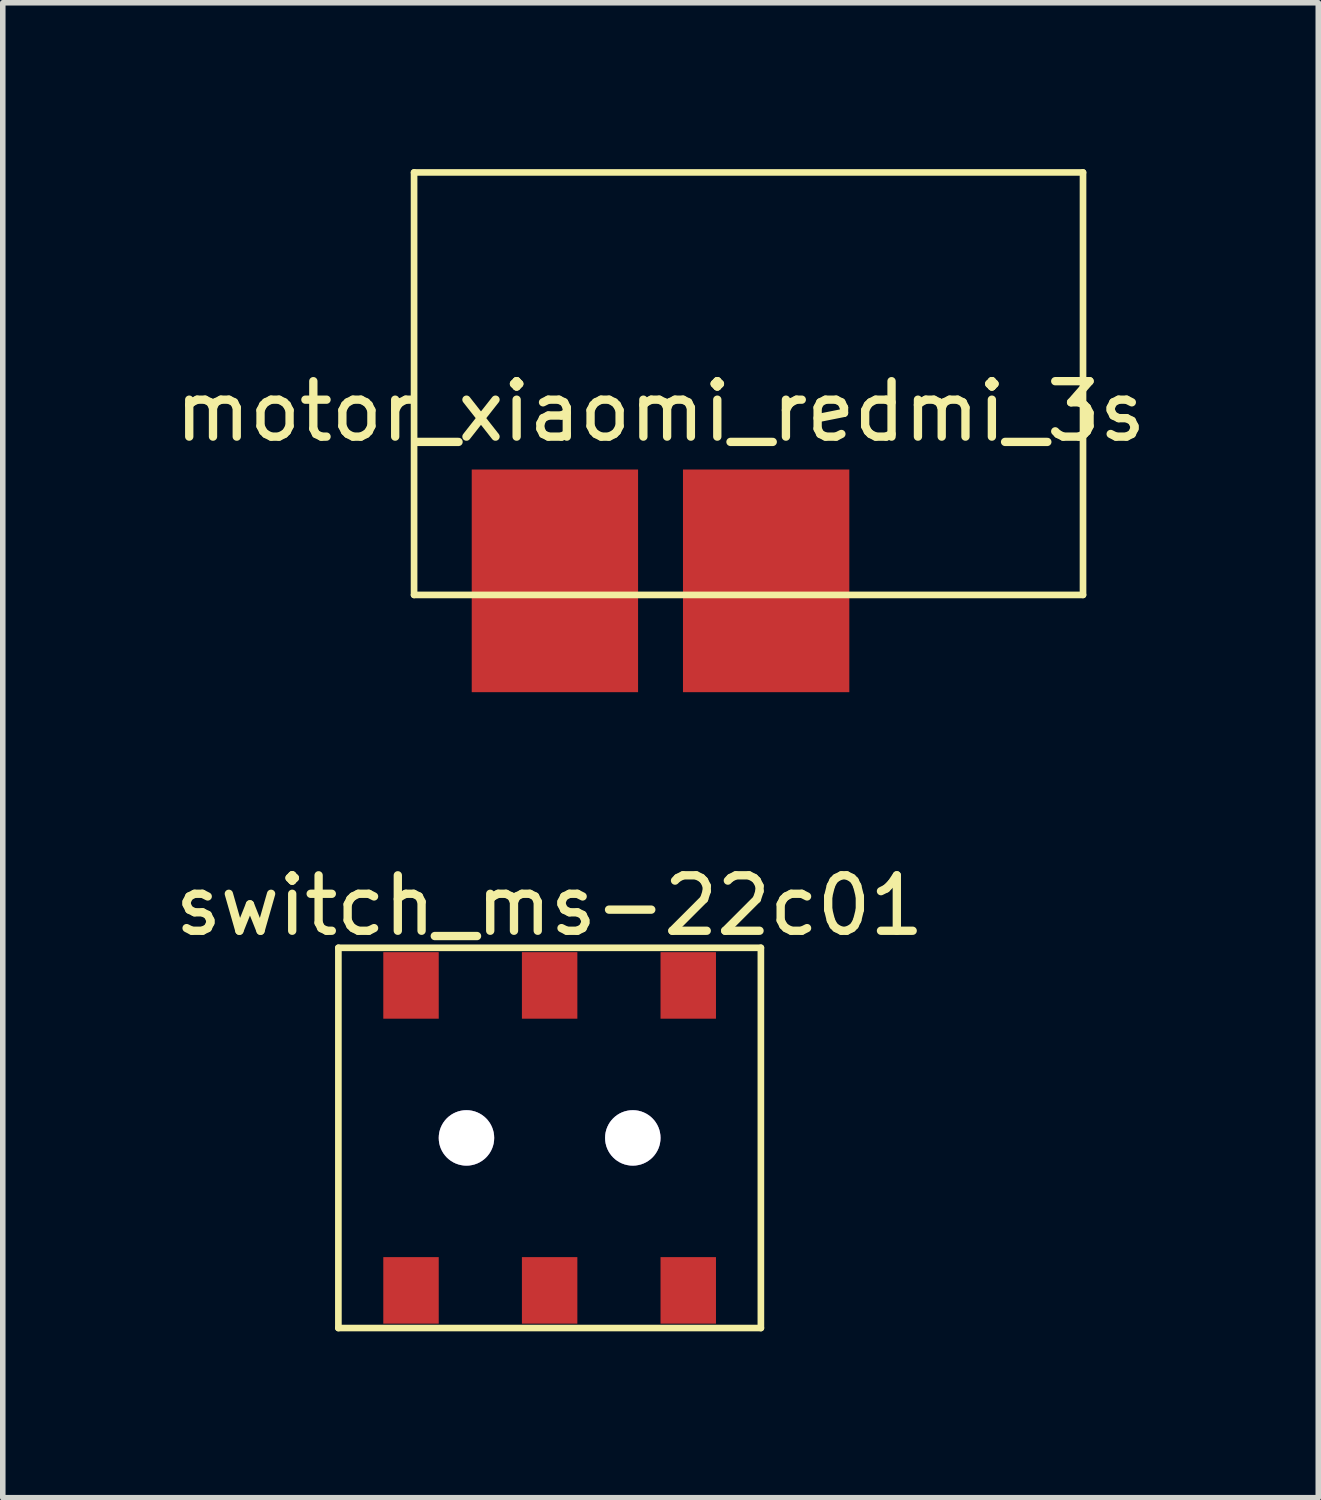
<source format=kicad_pcb>
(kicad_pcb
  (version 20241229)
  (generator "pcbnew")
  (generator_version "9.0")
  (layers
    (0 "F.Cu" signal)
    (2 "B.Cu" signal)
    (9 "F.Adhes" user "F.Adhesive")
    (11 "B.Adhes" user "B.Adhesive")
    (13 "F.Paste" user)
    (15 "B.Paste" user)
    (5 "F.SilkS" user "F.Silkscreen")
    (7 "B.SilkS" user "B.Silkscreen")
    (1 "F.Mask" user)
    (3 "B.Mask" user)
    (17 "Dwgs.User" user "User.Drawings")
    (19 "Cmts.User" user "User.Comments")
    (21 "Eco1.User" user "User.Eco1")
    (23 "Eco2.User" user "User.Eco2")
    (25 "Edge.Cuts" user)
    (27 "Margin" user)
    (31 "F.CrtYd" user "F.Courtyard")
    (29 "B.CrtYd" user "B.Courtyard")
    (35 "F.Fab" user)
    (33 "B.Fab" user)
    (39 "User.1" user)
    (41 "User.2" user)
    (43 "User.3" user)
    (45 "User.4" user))
  (footprint "motor_xiaomi_redmi_3s"
    (layer "F.Cu")
    (at 8.863 3.87)
    (property "Reference" "motor_xiaomi_redmi_3s" (at 0 0.5 0) (layer "F.SilkS") (effects (font (size 1 1) (thickness 0.15))))
    (attr through_hole)
    (fp_line (start -4.445 -3.81) (end -4.445 3.81) (stroke (width 0.12) (type solid)) (layer "F.SilkS"))
    (fp_line (start -4.445 3.81) (end 7.62 3.81) (stroke (width 0.12) (type solid)) (layer "F.SilkS"))
    (fp_line (start 7.62 -3.81) (end -4.445 -3.81) (stroke (width 0.12) (type solid)) (layer "F.SilkS"))
    (fp_line (start 7.62 3.81) (end 7.62 -3.81) (stroke (width 0.12) (type solid)) (layer "F.SilkS"))
    (pad "1" smd rect (at -1.905 3.556) (size 3 4.016) (layers "F.Cu" "F.Mask" "F.Paste"))
    (pad "2" smd rect (at 1.905 3.556) (size 3 4.016) (layers "F.Cu" "F.Mask" "F.Paste")))
  (footprint "switch_ms-22c01"
    (layer "F.Cu")
    (at 6.863 17.473)
    (property "Reference" "switch_ms-22c01" (at 0 -4.191 0) (layer "F.SilkS") (effects (font (size 1 1) (thickness 0.15))))
    (attr through_hole)
    (fp_line (start -3.81 -3.429) (end 3.81 -3.429) (stroke (width 0.12) (type solid)) (layer "F.SilkS"))
    (fp_line (start -3.81 3.429) (end -3.81 -3.429) (stroke (width 0.12) (type solid)) (layer "F.SilkS"))
    (fp_line (start 3.81 -3.429) (end 3.81 3.429) (stroke (width 0.12) (type solid)) (layer "F.SilkS"))
    (fp_line (start 3.81 3.429) (end -3.81 3.429) (stroke (width 0.12) (type solid)) (layer "F.SilkS"))
    (pad "0" thru_hole circle (at -1.5 0) (size 1 1) (drill 1) (layers "*.Cu" "*.Mask"))
    (pad "0" thru_hole circle (at 1.5 0) (size 1 1) (drill 1) (layers "*.Cu" "*.Mask"))
    (pad "1" smd rect (at -2.5 2.75) (size 1 1.2) (layers "F.Cu" "F.Mask" "F.Paste"))
    (pad "2" smd rect (at 0 2.75) (size 1 1.2) (layers "F.Cu" "F.Mask" "F.Paste"))
    (pad "3" smd rect (at 2.5 2.75) (size 1 1.2) (layers "F.Cu" "F.Mask" "F.Paste"))
    (pad "4" smd rect (at 2.5 -2.75) (size 1 1.2) (layers "F.Cu" "F.Mask" "F.Paste"))
    (pad "5" smd rect (at 0 -2.75) (size 1 1.2) (layers "F.Cu" "F.Mask" "F.Paste"))
    (pad "6" smd rect (at -2.5 -2.75) (size 1 1.2) (layers "F.Cu" "F.Mask" "F.Paste")))
  (gr_rect
    (start -3 -3)
    (end 20.726 23.962)
    (stroke (width 0.1) (type default))
    (fill no)
    (layer "Edge.Cuts")))
</source>
